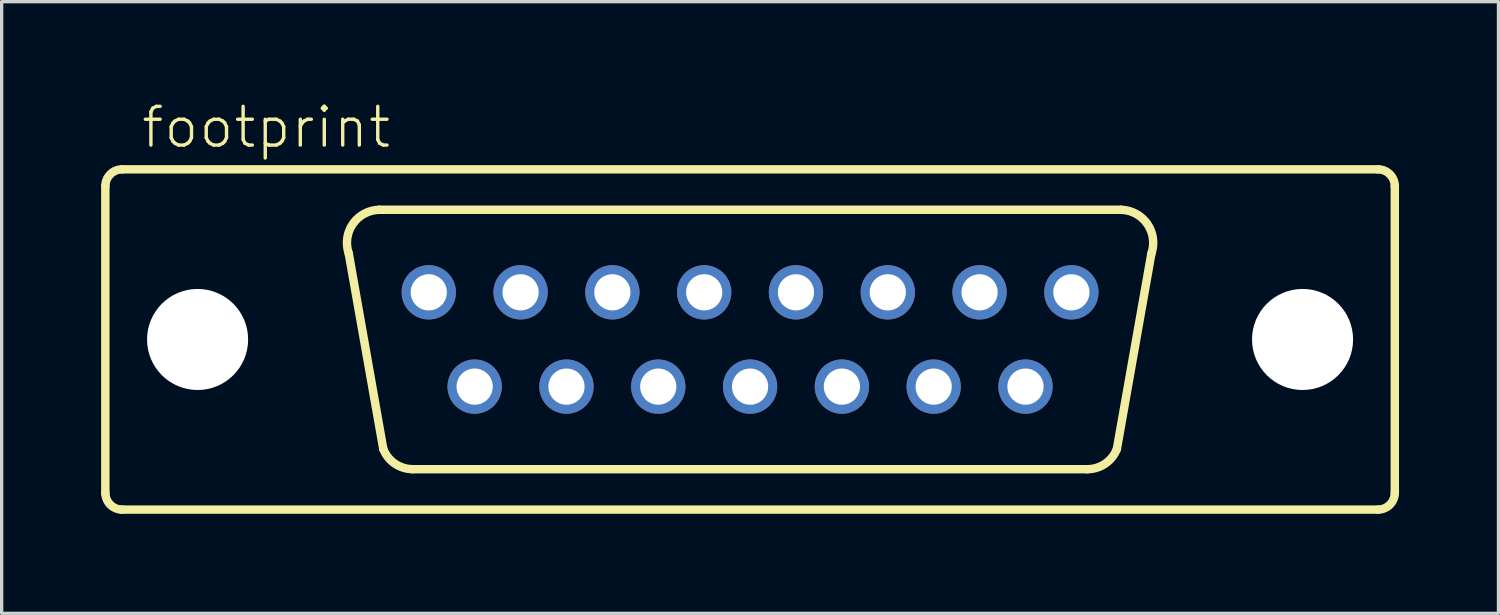
<source format=kicad_pcb>
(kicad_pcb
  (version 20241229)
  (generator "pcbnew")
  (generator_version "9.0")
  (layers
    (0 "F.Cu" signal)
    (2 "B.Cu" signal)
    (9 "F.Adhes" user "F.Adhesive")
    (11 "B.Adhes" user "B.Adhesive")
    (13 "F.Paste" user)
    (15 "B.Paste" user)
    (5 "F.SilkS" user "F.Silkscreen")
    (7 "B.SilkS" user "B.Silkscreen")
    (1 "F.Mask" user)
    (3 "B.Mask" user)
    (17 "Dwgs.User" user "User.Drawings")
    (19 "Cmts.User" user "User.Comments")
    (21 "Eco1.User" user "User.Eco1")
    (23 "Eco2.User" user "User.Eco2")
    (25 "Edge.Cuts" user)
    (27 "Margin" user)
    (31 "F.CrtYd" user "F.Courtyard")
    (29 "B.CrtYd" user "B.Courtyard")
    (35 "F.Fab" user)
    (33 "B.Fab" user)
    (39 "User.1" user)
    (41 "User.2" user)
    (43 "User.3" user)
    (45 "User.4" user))
  (footprint "footprint"
    (layer "F.Cu")
    (at 19.571 7.188)
    (property "Reference" "footprint" (at -18.415 -5.715 0) (layer "F.SilkS") (effects (font (size 1.168 1.168) (thickness 0.102)) (justify left bottom)))
    (fp_line (start -19.444 4.648) (end -19.444 -4.623) (stroke (width 0.254) (type solid)) (layer "F.SilkS"))
    (fp_line (start -18.936 -5.131) (end 18.936 -5.131) (stroke (width 0.254) (type solid)) (layer "F.SilkS"))
    (fp_line (start -11.062 3.302) (end -12.103 -2.591) (stroke (width 0.254) (type solid)) (layer "F.SilkS"))
    (fp_line (start 10.173 3.912) (end -10.173 3.912) (stroke (width 0.254) (type solid)) (layer "F.SilkS"))
    (fp_line (start 11.062 3.302) (end 12.103 -2.591) (stroke (width 0.254) (type solid)) (layer "F.SilkS"))
    (fp_line (start 11.189 -3.912) (end -11.189 -3.912) (stroke (width 0.254) (type solid)) (layer "F.SilkS"))
    (fp_line (start 18.936 5.131) (end -18.961 5.131) (stroke (width 0.254) (type solid)) (layer "F.SilkS"))
    (fp_line (start 19.444 -4.623) (end 19.444 4.623) (stroke (width 0.254) (type solid)) (layer "F.SilkS"))
    (fp_arc (start -19.4437 -4.6228) (mid -19.29491 -4.98201) (end -18.9357 -5.1308) (stroke (width 0.254) (type solid)) (layer "F.SilkS"))
    (fp_arc (start -18.9357 5.1308) (mid -19.29491 4.98201) (end -19.4437 4.6228) (stroke (width 0.254) (type solid)) (layer "F.SilkS"))
    (fp_arc (start -12.1031 -2.5908) (mid -11.981242 -3.483361) (end -11.188698 -3.911601) (stroke (width 0.254) (type solid)) (layer "F.SilkS"))
    (fp_arc (start -10.172699 3.911601) (mid -10.711728 3.744655) (end -11.0617 3.302) (stroke (width 0.254) (type solid)) (layer "F.SilkS"))
    (fp_arc (start 11.061699 3.301999) (mid 10.711728 3.744653) (end 10.1727 3.9116) (stroke (width 0.254) (type solid)) (layer "F.SilkS"))
    (fp_arc (start 11.1887 -3.9116) (mid 11.981243 -3.48336) (end 12.103099 -2.590799) (stroke (width 0.254) (type solid)) (layer "F.SilkS"))
    (fp_arc (start 18.9357 -5.1308) (mid 19.29491 -4.98201) (end 19.4437 -4.6228) (stroke (width 0.254) (type solid)) (layer "F.SilkS"))
    (fp_arc (start 19.4437 4.6228) (mid 19.29491 4.98201) (end 18.9357 5.1308) (stroke (width 0.254) (type solid)) (layer "F.SilkS"))
    (pad "" np_thru_hole circle (at -16.662 0) (size 3.048 3.048) (drill 3.048) (layers "*.Cu" "*.Mask"))
    (pad "" np_thru_hole circle (at 16.662 0) (size 3.048 3.048) (drill 3.048) (layers "*.Cu" "*.Mask"))
    (pad "1" thru_hole circle (at -9.69 -1.422) (size 1.638 1.638) (drill 1.092) (layers "*.Cu" "*.Mask"))
    (pad "2" thru_hole circle (at -6.921 -1.422) (size 1.638 1.638) (drill 1.092) (layers "*.Cu" "*.Mask"))
    (pad "3" thru_hole circle (at -4.153 -1.422) (size 1.638 1.638) (drill 1.092) (layers "*.Cu" "*.Mask"))
    (pad "4" thru_hole circle (at -1.384 -1.422) (size 1.638 1.638) (drill 1.092) (layers "*.Cu" "*.Mask"))
    (pad "5" thru_hole circle (at 1.384 -1.422) (size 1.638 1.638) (drill 1.092) (layers "*.Cu" "*.Mask"))
    (pad "6" thru_hole circle (at 4.153 -1.422) (size 1.638 1.638) (drill 1.092) (layers "*.Cu" "*.Mask"))
    (pad "7" thru_hole circle (at 6.921 -1.422) (size 1.638 1.638) (drill 1.092) (layers "*.Cu" "*.Mask"))
    (pad "8" thru_hole circle (at 9.69 -1.422) (size 1.638 1.638) (drill 1.092) (layers "*.Cu" "*.Mask"))
    (pad "9" thru_hole circle (at -8.306 1.422) (size 1.638 1.638) (drill 1.092) (layers "*.Cu" "*.Mask"))
    (pad "10" thru_hole circle (at -5.537 1.422) (size 1.638 1.638) (drill 1.092) (layers "*.Cu" "*.Mask"))
    (pad "11" thru_hole circle (at -2.769 1.422) (size 1.638 1.638) (drill 1.092) (layers "*.Cu" "*.Mask"))
    (pad "12" thru_hole circle (at 0 1.422) (size 1.638 1.638) (drill 1.092) (layers "*.Cu" "*.Mask"))
    (pad "13" thru_hole circle (at 2.769 1.422) (size 1.638 1.638) (drill 1.092) (layers "*.Cu" "*.Mask"))
    (pad "14" thru_hole circle (at 5.537 1.422) (size 1.638 1.638) (drill 1.092) (layers "*.Cu" "*.Mask"))
    (pad "15" thru_hole circle (at 8.306 1.422) (size 1.638 1.638) (drill 1.092) (layers "*.Cu" "*.Mask")))
  (gr_rect
    (start -3 -3)
    (end 42.141 15.446)
    (stroke (width 0.1) (type default))
    (fill no)
    (layer "Edge.Cuts")))
</source>
